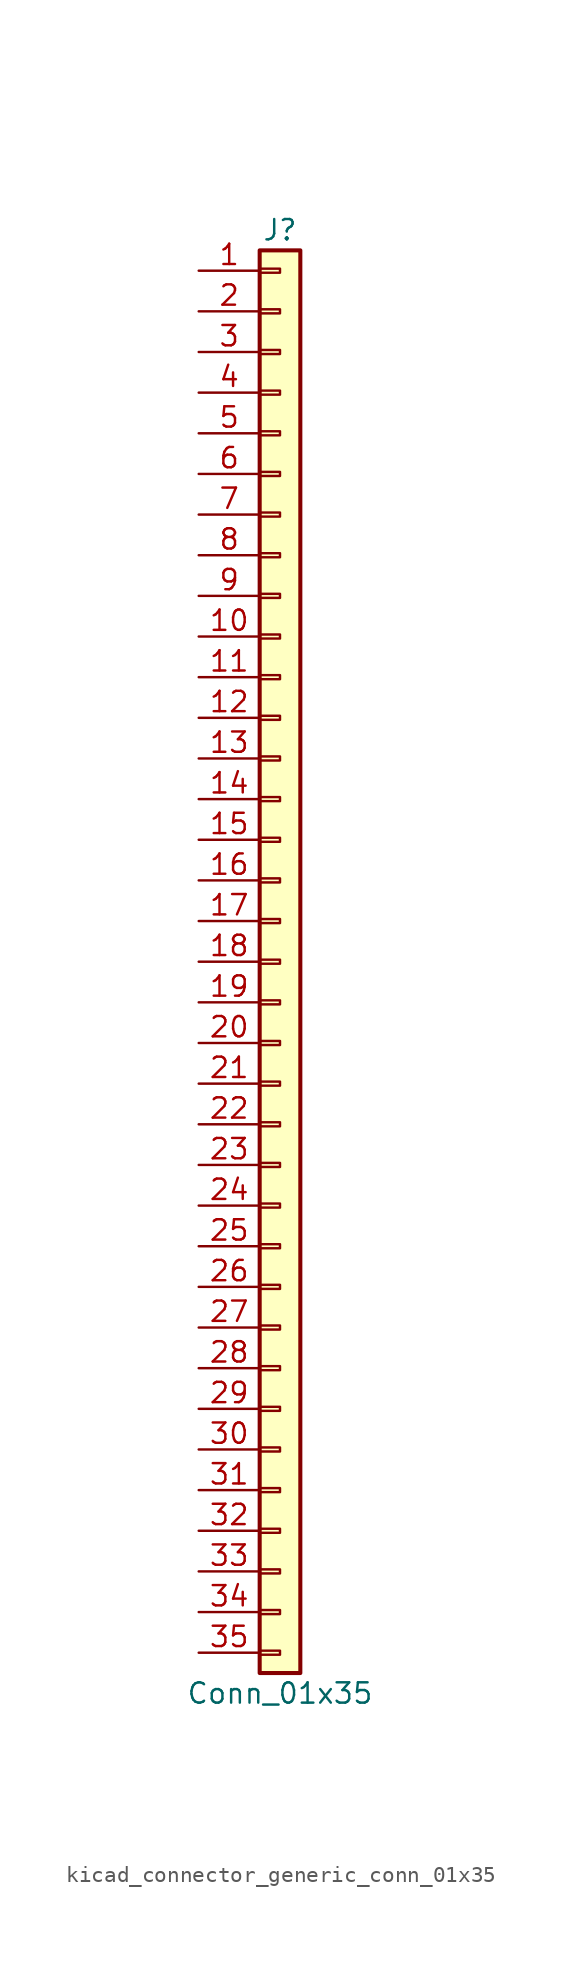
<source format=kicad_sym>
(kicad_symbol_lib
  (version 20220914)
  (generator kicad_symbol_editor)
  (symbol "kicad_connector_generic_conn_01x35"
    (pin_names
      (offset 1.016) hide)
    (property "Reference" "J"
      (at 0 45.72 0)
      (effects (font (size 1.27 1.27))))
    (property "Value" "Conn_01x35"
      (at 0 -45.72 0)
      (effects (font (size 1.27 1.27))))
    (symbol "kicad_connector_generic_conn_01x35_1_1"
      (rectangle (start -1.27 -43.053) (end 0 -43.307) (stroke (width 0.152) (type default)) (fill (type none)))
      (rectangle (start -1.27 -40.513) (end 0 -40.767) (stroke (width 0.152) (type default)) (fill (type none)))
      (rectangle (start -1.27 -37.973) (end 0 -38.227) (stroke (width 0.152) (type default)) (fill (type none)))
      (rectangle (start -1.27 -35.433) (end 0 -35.687) (stroke (width 0.152) (type default)) (fill (type none)))
      (rectangle (start -1.27 -32.893) (end 0 -33.147) (stroke (width 0.152) (type default)) (fill (type none)))
      (rectangle (start -1.27 -30.353) (end 0 -30.607) (stroke (width 0.152) (type default)) (fill (type none)))
      (rectangle (start -1.27 -27.813) (end 0 -28.067) (stroke (width 0.152) (type default)) (fill (type none)))
      (rectangle (start -1.27 -25.273) (end 0 -25.527) (stroke (width 0.152) (type default)) (fill (type none)))
      (rectangle (start -1.27 -22.733) (end 0 -22.987) (stroke (width 0.152) (type default)) (fill (type none)))
      (rectangle (start -1.27 -20.193) (end 0 -20.447) (stroke (width 0.152) (type default)) (fill (type none)))
      (rectangle (start -1.27 -17.653) (end 0 -17.907) (stroke (width 0.152) (type default)) (fill (type none)))
      (rectangle (start -1.27 -15.113) (end 0 -15.367) (stroke (width 0.152) (type default)) (fill (type none)))
      (rectangle (start -1.27 -12.573) (end 0 -12.827) (stroke (width 0.152) (type default)) (fill (type none)))
      (rectangle (start -1.27 -10.033) (end 0 -10.287) (stroke (width 0.152) (type default)) (fill (type none)))
      (rectangle (start -1.27 -7.493) (end 0 -7.747) (stroke (width 0.152) (type default)) (fill (type none)))
      (rectangle (start -1.27 -4.953) (end 0 -5.207) (stroke (width 0.152) (type default)) (fill (type none)))
      (rectangle (start -1.27 -2.413) (end 0 -2.667) (stroke (width 0.152) (type default)) (fill (type none)))
      (rectangle (start -1.27 0.127) (end 0 -0.127) (stroke (width 0.152) (type default)) (fill (type none)))
      (rectangle (start -1.27 2.667) (end 0 2.413) (stroke (width 0.152) (type default)) (fill (type none)))
      (rectangle (start -1.27 5.207) (end 0 4.953) (stroke (width 0.152) (type default)) (fill (type none)))
      (rectangle (start -1.27 7.747) (end 0 7.493) (stroke (width 0.152) (type default)) (fill (type none)))
      (rectangle (start -1.27 10.287) (end 0 10.033) (stroke (width 0.152) (type default)) (fill (type none)))
      (rectangle (start -1.27 12.827) (end 0 12.573) (stroke (width 0.152) (type default)) (fill (type none)))
      (rectangle (start -1.27 15.367) (end 0 15.113) (stroke (width 0.152) (type default)) (fill (type none)))
      (rectangle (start -1.27 17.907) (end 0 17.653) (stroke (width 0.152) (type default)) (fill (type none)))
      (rectangle (start -1.27 20.447) (end 0 20.193) (stroke (width 0.152) (type default)) (fill (type none)))
      (rectangle (start -1.27 22.987) (end 0 22.733) (stroke (width 0.152) (type default)) (fill (type none)))
      (rectangle (start -1.27 25.527) (end 0 25.273) (stroke (width 0.152) (type default)) (fill (type none)))
      (rectangle (start -1.27 28.067) (end 0 27.813) (stroke (width 0.152) (type default)) (fill (type none)))
      (rectangle (start -1.27 30.607) (end 0 30.353) (stroke (width 0.152) (type default)) (fill (type none)))
      (rectangle (start -1.27 33.147) (end 0 32.893) (stroke (width 0.152) (type default)) (fill (type none)))
      (rectangle (start -1.27 35.687) (end 0 35.433) (stroke (width 0.152) (type default)) (fill (type none)))
      (rectangle (start -1.27 38.227) (end 0 37.973) (stroke (width 0.152) (type default)) (fill (type none)))
      (rectangle (start -1.27 40.767) (end 0 40.513) (stroke (width 0.152) (type default)) (fill (type none)))
      (rectangle (start -1.27 43.307) (end 0 43.053) (stroke (width 0.152) (type default)) (fill (type none)))
      (rectangle (start -1.27 44.45) (end 1.27 -44.45) (stroke (width 0.254) (type default)) (fill (type background)))
      (pin passive line (at -5.08 43.18 0) (length 3.81) (name "Pin_1" (effects (font (size 1.27 1.27)))) (number "1" (effects (font (size 1.27 1.27)))))
      (pin passive line (at -5.08 20.32 0) (length 3.81) (name "Pin_10" (effects (font (size 1.27 1.27)))) (number "10" (effects (font (size 1.27 1.27)))))
      (pin passive line (at -5.08 17.78 0) (length 3.81) (name "Pin_11" (effects (font (size 1.27 1.27)))) (number "11" (effects (font (size 1.27 1.27)))))
      (pin passive line (at -5.08 15.24 0) (length 3.81) (name "Pin_12" (effects (font (size 1.27 1.27)))) (number "12" (effects (font (size 1.27 1.27)))))
      (pin passive line (at -5.08 12.7 0) (length 3.81) (name "Pin_13" (effects (font (size 1.27 1.27)))) (number "13" (effects (font (size 1.27 1.27)))))
      (pin passive line (at -5.08 10.16 0) (length 3.81) (name "Pin_14" (effects (font (size 1.27 1.27)))) (number "14" (effects (font (size 1.27 1.27)))))
      (pin passive line (at -5.08 7.62 0) (length 3.81) (name "Pin_15" (effects (font (size 1.27 1.27)))) (number "15" (effects (font (size 1.27 1.27)))))
      (pin passive line (at -5.08 5.08 0) (length 3.81) (name "Pin_16" (effects (font (size 1.27 1.27)))) (number "16" (effects (font (size 1.27 1.27)))))
      (pin passive line (at -5.08 2.54 0) (length 3.81) (name "Pin_17" (effects (font (size 1.27 1.27)))) (number "17" (effects (font (size 1.27 1.27)))))
      (pin passive line (at -5.08 0 0) (length 3.81) (name "Pin_18" (effects (font (size 1.27 1.27)))) (number "18" (effects (font (size 1.27 1.27)))))
      (pin passive line (at -5.08 -2.54 0) (length 3.81) (name "Pin_19" (effects (font (size 1.27 1.27)))) (number "19" (effects (font (size 1.27 1.27)))))
      (pin passive line (at -5.08 40.64 0) (length 3.81) (name "Pin_2" (effects (font (size 1.27 1.27)))) (number "2" (effects (font (size 1.27 1.27)))))
      (pin passive line (at -5.08 -5.08 0) (length 3.81) (name "Pin_20" (effects (font (size 1.27 1.27)))) (number "20" (effects (font (size 1.27 1.27)))))
      (pin passive line (at -5.08 -7.62 0) (length 3.81) (name "Pin_21" (effects (font (size 1.27 1.27)))) (number "21" (effects (font (size 1.27 1.27)))))
      (pin passive line (at -5.08 -10.16 0) (length 3.81) (name "Pin_22" (effects (font (size 1.27 1.27)))) (number "22" (effects (font (size 1.27 1.27)))))
      (pin passive line (at -5.08 -12.7 0) (length 3.81) (name "Pin_23" (effects (font (size 1.27 1.27)))) (number "23" (effects (font (size 1.27 1.27)))))
      (pin passive line (at -5.08 -15.24 0) (length 3.81) (name "Pin_24" (effects (font (size 1.27 1.27)))) (number "24" (effects (font (size 1.27 1.27)))))
      (pin passive line (at -5.08 -17.78 0) (length 3.81) (name "Pin_25" (effects (font (size 1.27 1.27)))) (number "25" (effects (font (size 1.27 1.27)))))
      (pin passive line (at -5.08 -20.32 0) (length 3.81) (name "Pin_26" (effects (font (size 1.27 1.27)))) (number "26" (effects (font (size 1.27 1.27)))))
      (pin passive line (at -5.08 -22.86 0) (length 3.81) (name "Pin_27" (effects (font (size 1.27 1.27)))) (number "27" (effects (font (size 1.27 1.27)))))
      (pin passive line (at -5.08 -25.4 0) (length 3.81) (name "Pin_28" (effects (font (size 1.27 1.27)))) (number "28" (effects (font (size 1.27 1.27)))))
      (pin passive line (at -5.08 -27.94 0) (length 3.81) (name "Pin_29" (effects (font (size 1.27 1.27)))) (number "29" (effects (font (size 1.27 1.27)))))
      (pin passive line (at -5.08 38.1 0) (length 3.81) (name "Pin_3" (effects (font (size 1.27 1.27)))) (number "3" (effects (font (size 1.27 1.27)))))
      (pin passive line (at -5.08 -30.48 0) (length 3.81) (name "Pin_30" (effects (font (size 1.27 1.27)))) (number "30" (effects (font (size 1.27 1.27)))))
      (pin passive line (at -5.08 -33.02 0) (length 3.81) (name "Pin_31" (effects (font (size 1.27 1.27)))) (number "31" (effects (font (size 1.27 1.27)))))
      (pin passive line (at -5.08 -35.56 0) (length 3.81) (name "Pin_32" (effects (font (size 1.27 1.27)))) (number "32" (effects (font (size 1.27 1.27)))))
      (pin passive line (at -5.08 -38.1 0) (length 3.81) (name "Pin_33" (effects (font (size 1.27 1.27)))) (number "33" (effects (font (size 1.27 1.27)))))
      (pin passive line (at -5.08 -40.64 0) (length 3.81) (name "Pin_34" (effects (font (size 1.27 1.27)))) (number "34" (effects (font (size 1.27 1.27)))))
      (pin passive line (at -5.08 -43.18 0) (length 3.81) (name "Pin_35" (effects (font (size 1.27 1.27)))) (number "35" (effects (font (size 1.27 1.27)))))
      (pin passive line (at -5.08 35.56 0) (length 3.81) (name "Pin_4" (effects (font (size 1.27 1.27)))) (number "4" (effects (font (size 1.27 1.27)))))
      (pin passive line (at -5.08 33.02 0) (length 3.81) (name "Pin_5" (effects (font (size 1.27 1.27)))) (number "5" (effects (font (size 1.27 1.27)))))
      (pin passive line (at -5.08 30.48 0) (length 3.81) (name "Pin_6" (effects (font (size 1.27 1.27)))) (number "6" (effects (font (size 1.27 1.27)))))
      (pin passive line (at -5.08 27.94 0) (length 3.81) (name "Pin_7" (effects (font (size 1.27 1.27)))) (number "7" (effects (font (size 1.27 1.27)))))
      (pin passive line (at -5.08 25.4 0) (length 3.81) (name "Pin_8" (effects (font (size 1.27 1.27)))) (number "8" (effects (font (size 1.27 1.27)))))
      (pin passive line (at -5.08 22.86 0) (length 3.81) (name "Pin_9" (effects (font (size 1.27 1.27)))) (number "9" (effects (font (size 1.27 1.27))))))))
</source>
